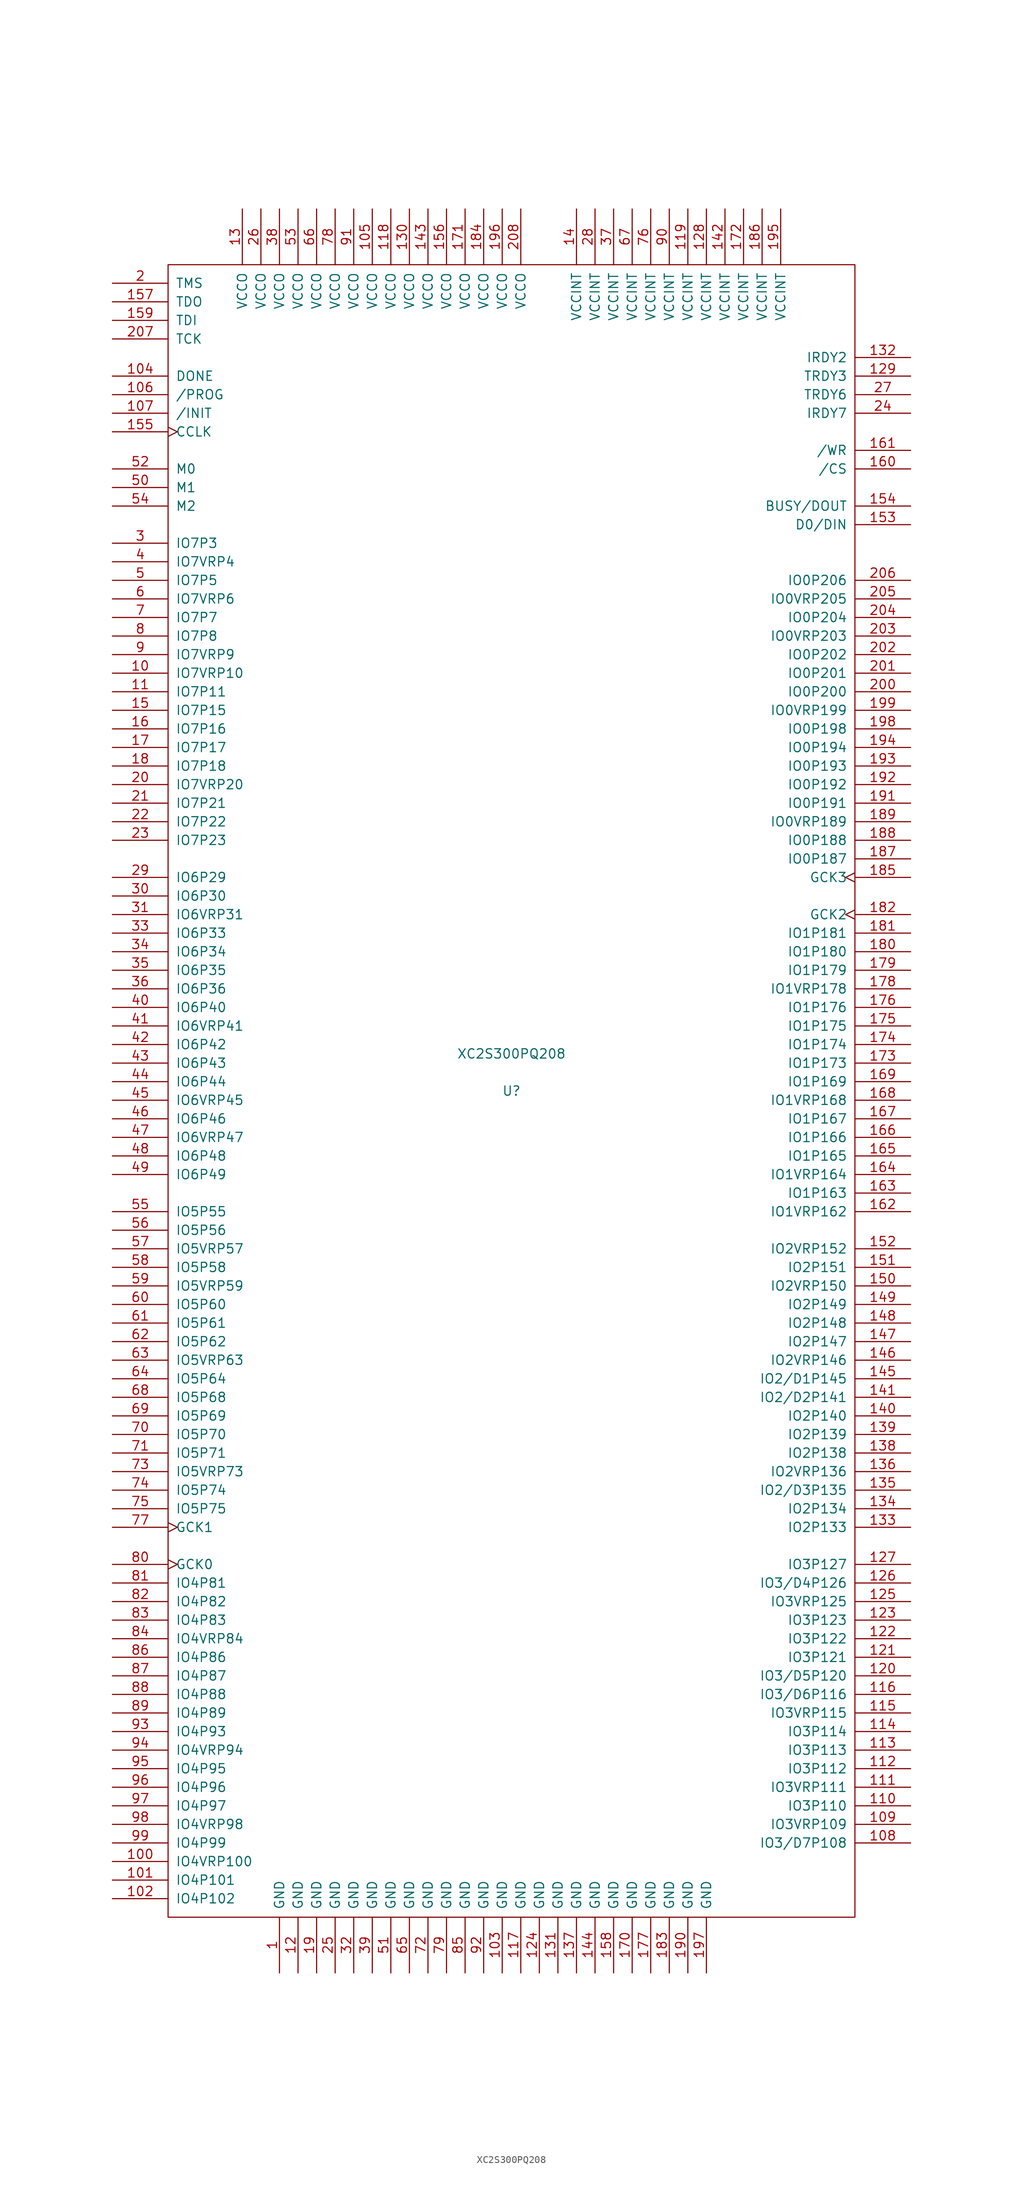
<source format=kicad_sym>
(kicad_symbol_lib
  (version 20211014)
  (generator kicad_symbol_editor)
  (symbol "XC2S300PQ208"
    (pin_names
      (offset 1.016))
    (property "Reference" "U"
      (at 0 0 0)
      (effects (font (size 1.27 1.27))))
    (property "Value" "XC2S300PQ208"
      (at 0 5.08 0)
      (effects (font (size 1.27 1.27))))
    (symbol "XC2S300PQ208_0_1"
      (rectangle (start -46.99 113.03) (end 46.99 -113.03) (stroke (width 0) (type default) (color 0 0 0 0)) (fill (type none))))
    (symbol "XC2S300PQ208_1_1"
      (pin power_in line (at -31.75 -120.65 90) (length 7.62) (name "GND" (effects (font (size 1.27 1.27)))) (number "1" (effects (font (size 1.27 1.27)))))
      (pin bidirectional line (at -54.61 57.15 0) (length 7.62) (name "IO7VRP10" (effects (font (size 1.27 1.27)))) (number "10" (effects (font (size 1.27 1.27)))))
      (pin bidirectional line (at -54.61 -105.41 0) (length 7.62) (name "IO4VRP100" (effects (font (size 1.27 1.27)))) (number "100" (effects (font (size 1.27 1.27)))))
      (pin bidirectional line (at -54.61 -107.95 0) (length 7.62) (name "IO4P101" (effects (font (size 1.27 1.27)))) (number "101" (effects (font (size 1.27 1.27)))))
      (pin bidirectional line (at -54.61 -110.49 0) (length 7.62) (name "IO4P102" (effects (font (size 1.27 1.27)))) (number "102" (effects (font (size 1.27 1.27)))))
      (pin power_in line (at -1.27 -120.65 90) (length 7.62) (name "GND" (effects (font (size 1.27 1.27)))) (number "103" (effects (font (size 1.27 1.27)))))
      (pin bidirectional line (at -54.61 97.79 0) (length 7.62) (name "DONE" (effects (font (size 1.27 1.27)))) (number "104" (effects (font (size 1.27 1.27)))))
      (pin power_in line (at -19.05 120.65 270) (length 7.62) (name "VCCO" (effects (font (size 1.27 1.27)))) (number "105" (effects (font (size 1.27 1.27)))))
      (pin input line (at -54.61 95.25 0) (length 7.62) (name "/PROG" (effects (font (size 1.27 1.27)))) (number "106" (effects (font (size 1.27 1.27)))))
      (pin bidirectional line (at -54.61 92.71 0) (length 7.62) (name "/INIT" (effects (font (size 1.27 1.27)))) (number "107" (effects (font (size 1.27 1.27)))))
      (pin bidirectional line (at 54.61 -102.87 180) (length 7.62) (name "IO3/D7P108" (effects (font (size 1.27 1.27)))) (number "108" (effects (font (size 1.27 1.27)))))
      (pin bidirectional line (at 54.61 -100.33 180) (length 7.62) (name "IO3VRP109" (effects (font (size 1.27 1.27)))) (number "109" (effects (font (size 1.27 1.27)))))
      (pin bidirectional line (at -54.61 54.61 0) (length 7.62) (name "IO7P11" (effects (font (size 1.27 1.27)))) (number "11" (effects (font (size 1.27 1.27)))))
      (pin bidirectional line (at 54.61 -97.79 180) (length 7.62) (name "IO3P110" (effects (font (size 1.27 1.27)))) (number "110" (effects (font (size 1.27 1.27)))))
      (pin bidirectional line (at 54.61 -95.25 180) (length 7.62) (name "IO3VRP111" (effects (font (size 1.27 1.27)))) (number "111" (effects (font (size 1.27 1.27)))))
      (pin bidirectional line (at 54.61 -92.71 180) (length 7.62) (name "IO3P112" (effects (font (size 1.27 1.27)))) (number "112" (effects (font (size 1.27 1.27)))))
      (pin bidirectional line (at 54.61 -90.17 180) (length 7.62) (name "IO3P113" (effects (font (size 1.27 1.27)))) (number "113" (effects (font (size 1.27 1.27)))))
      (pin bidirectional line (at 54.61 -87.63 180) (length 7.62) (name "IO3P114" (effects (font (size 1.27 1.27)))) (number "114" (effects (font (size 1.27 1.27)))))
      (pin bidirectional line (at 54.61 -85.09 180) (length 7.62) (name "IO3VRP115" (effects (font (size 1.27 1.27)))) (number "115" (effects (font (size 1.27 1.27)))))
      (pin bidirectional line (at 54.61 -82.55 180) (length 7.62) (name "IO3/D6P116" (effects (font (size 1.27 1.27)))) (number "116" (effects (font (size 1.27 1.27)))))
      (pin power_in line (at 1.27 -120.65 90) (length 7.62) (name "GND" (effects (font (size 1.27 1.27)))) (number "117" (effects (font (size 1.27 1.27)))))
      (pin power_in line (at -16.51 120.65 270) (length 7.62) (name "VCCO" (effects (font (size 1.27 1.27)))) (number "118" (effects (font (size 1.27 1.27)))))
      (pin power_in line (at 24.13 120.65 270) (length 7.62) (name "VCCINT" (effects (font (size 1.27 1.27)))) (number "119" (effects (font (size 1.27 1.27)))))
      (pin power_in line (at -29.21 -120.65 90) (length 7.62) (name "GND" (effects (font (size 1.27 1.27)))) (number "12" (effects (font (size 1.27 1.27)))))
      (pin bidirectional line (at 54.61 -80.01 180) (length 7.62) (name "IO3/D5P120" (effects (font (size 1.27 1.27)))) (number "120" (effects (font (size 1.27 1.27)))))
      (pin bidirectional line (at 54.61 -77.47 180) (length 7.62) (name "IO3P121" (effects (font (size 1.27 1.27)))) (number "121" (effects (font (size 1.27 1.27)))))
      (pin bidirectional line (at 54.61 -74.93 180) (length 7.62) (name "IO3P122" (effects (font (size 1.27 1.27)))) (number "122" (effects (font (size 1.27 1.27)))))
      (pin bidirectional line (at 54.61 -72.39 180) (length 7.62) (name "IO3P123" (effects (font (size 1.27 1.27)))) (number "123" (effects (font (size 1.27 1.27)))))
      (pin power_in line (at 3.81 -120.65 90) (length 7.62) (name "GND" (effects (font (size 1.27 1.27)))) (number "124" (effects (font (size 1.27 1.27)))))
      (pin bidirectional line (at 54.61 -69.85 180) (length 7.62) (name "IO3VRP125" (effects (font (size 1.27 1.27)))) (number "125" (effects (font (size 1.27 1.27)))))
      (pin bidirectional line (at 54.61 -67.31 180) (length 7.62) (name "IO3/D4P126" (effects (font (size 1.27 1.27)))) (number "126" (effects (font (size 1.27 1.27)))))
      (pin bidirectional line (at 54.61 -64.77 180) (length 7.62) (name "IO3P127" (effects (font (size 1.27 1.27)))) (number "127" (effects (font (size 1.27 1.27)))))
      (pin power_in line (at 26.67 120.65 270) (length 7.62) (name "VCCINT" (effects (font (size 1.27 1.27)))) (number "128" (effects (font (size 1.27 1.27)))))
      (pin bidirectional line (at 54.61 97.79 180) (length 7.62) (name "TRDY3" (effects (font (size 1.27 1.27)))) (number "129" (effects (font (size 1.27 1.27)))))
      (pin power_in line (at -36.83 120.65 270) (length 7.62) (name "VCCO" (effects (font (size 1.27 1.27)))) (number "13" (effects (font (size 1.27 1.27)))))
      (pin power_in line (at -13.97 120.65 270) (length 7.62) (name "VCCO" (effects (font (size 1.27 1.27)))) (number "130" (effects (font (size 1.27 1.27)))))
      (pin power_in line (at 6.35 -120.65 90) (length 7.62) (name "GND" (effects (font (size 1.27 1.27)))) (number "131" (effects (font (size 1.27 1.27)))))
      (pin bidirectional line (at 54.61 100.33 180) (length 7.62) (name "IRDY2" (effects (font (size 1.27 1.27)))) (number "132" (effects (font (size 1.27 1.27)))))
      (pin bidirectional line (at 54.61 -59.69 180) (length 7.62) (name "IO2P133" (effects (font (size 1.27 1.27)))) (number "133" (effects (font (size 1.27 1.27)))))
      (pin bidirectional line (at 54.61 -57.15 180) (length 7.62) (name "IO2P134" (effects (font (size 1.27 1.27)))) (number "134" (effects (font (size 1.27 1.27)))))
      (pin bidirectional line (at 54.61 -54.61 180) (length 7.62) (name "IO2/D3P135" (effects (font (size 1.27 1.27)))) (number "135" (effects (font (size 1.27 1.27)))))
      (pin bidirectional line (at 54.61 -52.07 180) (length 7.62) (name "IO2VRP136" (effects (font (size 1.27 1.27)))) (number "136" (effects (font (size 1.27 1.27)))))
      (pin power_in line (at 8.89 -120.65 90) (length 7.62) (name "GND" (effects (font (size 1.27 1.27)))) (number "137" (effects (font (size 1.27 1.27)))))
      (pin bidirectional line (at 54.61 -49.53 180) (length 7.62) (name "IO2P138" (effects (font (size 1.27 1.27)))) (number "138" (effects (font (size 1.27 1.27)))))
      (pin bidirectional line (at 54.61 -46.99 180) (length 7.62) (name "IO2P139" (effects (font (size 1.27 1.27)))) (number "139" (effects (font (size 1.27 1.27)))))
      (pin power_in line (at 8.89 120.65 270) (length 7.62) (name "VCCINT" (effects (font (size 1.27 1.27)))) (number "14" (effects (font (size 1.27 1.27)))))
      (pin bidirectional line (at 54.61 -44.45 180) (length 7.62) (name "IO2P140" (effects (font (size 1.27 1.27)))) (number "140" (effects (font (size 1.27 1.27)))))
      (pin bidirectional line (at 54.61 -41.91 180) (length 7.62) (name "IO2/D2P141" (effects (font (size 1.27 1.27)))) (number "141" (effects (font (size 1.27 1.27)))))
      (pin power_in line (at 29.21 120.65 270) (length 7.62) (name "VCCINT" (effects (font (size 1.27 1.27)))) (number "142" (effects (font (size 1.27 1.27)))))
      (pin power_in line (at -11.43 120.65 270) (length 7.62) (name "VCCO" (effects (font (size 1.27 1.27)))) (number "143" (effects (font (size 1.27 1.27)))))
      (pin power_in line (at 11.43 -120.65 90) (length 7.62) (name "GND" (effects (font (size 1.27 1.27)))) (number "144" (effects (font (size 1.27 1.27)))))
      (pin bidirectional line (at 54.61 -39.37 180) (length 7.62) (name "IO2/D1P145" (effects (font (size 1.27 1.27)))) (number "145" (effects (font (size 1.27 1.27)))))
      (pin bidirectional line (at 54.61 -36.83 180) (length 7.62) (name "IO2VRP146" (effects (font (size 1.27 1.27)))) (number "146" (effects (font (size 1.27 1.27)))))
      (pin bidirectional line (at 54.61 -34.29 180) (length 7.62) (name "IO2P147" (effects (font (size 1.27 1.27)))) (number "147" (effects (font (size 1.27 1.27)))))
      (pin bidirectional line (at 54.61 -31.75 180) (length 7.62) (name "IO2P148" (effects (font (size 1.27 1.27)))) (number "148" (effects (font (size 1.27 1.27)))))
      (pin bidirectional line (at 54.61 -29.21 180) (length 7.62) (name "IO2P149" (effects (font (size 1.27 1.27)))) (number "149" (effects (font (size 1.27 1.27)))))
      (pin bidirectional line (at -54.61 52.07 0) (length 7.62) (name "IO7P15" (effects (font (size 1.27 1.27)))) (number "15" (effects (font (size 1.27 1.27)))))
      (pin bidirectional line (at 54.61 -26.67 180) (length 7.62) (name "IO2VRP150" (effects (font (size 1.27 1.27)))) (number "150" (effects (font (size 1.27 1.27)))))
      (pin bidirectional line (at 54.61 -24.13 180) (length 7.62) (name "IO2P151" (effects (font (size 1.27 1.27)))) (number "151" (effects (font (size 1.27 1.27)))))
      (pin bidirectional line (at 54.61 -21.59 180) (length 7.62) (name "IO2VRP152" (effects (font (size 1.27 1.27)))) (number "152" (effects (font (size 1.27 1.27)))))
      (pin bidirectional line (at 54.61 77.47 180) (length 7.62) (name "D0/DIN" (effects (font (size 1.27 1.27)))) (number "153" (effects (font (size 1.27 1.27)))))
      (pin bidirectional line (at 54.61 80.01 180) (length 7.62) (name "BUSY/DOUT" (effects (font (size 1.27 1.27)))) (number "154" (effects (font (size 1.27 1.27)))))
      (pin bidirectional clock (at -54.61 90.17 0) (length 7.62) (name "CCLK" (effects (font (size 1.27 1.27)))) (number "155" (effects (font (size 1.27 1.27)))))
      (pin power_in line (at -8.89 120.65 270) (length 7.62) (name "VCCO" (effects (font (size 1.27 1.27)))) (number "156" (effects (font (size 1.27 1.27)))))
      (pin bidirectional line (at -54.61 107.95 0) (length 7.62) (name "TDO" (effects (font (size 1.27 1.27)))) (number "157" (effects (font (size 1.27 1.27)))))
      (pin power_in line (at 13.97 -120.65 90) (length 7.62) (name "GND" (effects (font (size 1.27 1.27)))) (number "158" (effects (font (size 1.27 1.27)))))
      (pin bidirectional line (at -54.61 105.41 0) (length 7.62) (name "TDI" (effects (font (size 1.27 1.27)))) (number "159" (effects (font (size 1.27 1.27)))))
      (pin bidirectional line (at -54.61 49.53 0) (length 7.62) (name "IO7P16" (effects (font (size 1.27 1.27)))) (number "16" (effects (font (size 1.27 1.27)))))
      (pin bidirectional line (at 54.61 85.09 180) (length 7.62) (name "/CS" (effects (font (size 1.27 1.27)))) (number "160" (effects (font (size 1.27 1.27)))))
      (pin bidirectional line (at 54.61 87.63 180) (length 7.62) (name "/WR" (effects (font (size 1.27 1.27)))) (number "161" (effects (font (size 1.27 1.27)))))
      (pin bidirectional line (at 54.61 -16.51 180) (length 7.62) (name "IO1VRP162" (effects (font (size 1.27 1.27)))) (number "162" (effects (font (size 1.27 1.27)))))
      (pin bidirectional line (at 54.61 -13.97 180) (length 7.62) (name "IO1P163" (effects (font (size 1.27 1.27)))) (number "163" (effects (font (size 1.27 1.27)))))
      (pin bidirectional line (at 54.61 -11.43 180) (length 7.62) (name "IO1VRP164" (effects (font (size 1.27 1.27)))) (number "164" (effects (font (size 1.27 1.27)))))
      (pin bidirectional line (at 54.61 -8.89 180) (length 7.62) (name "IO1P165" (effects (font (size 1.27 1.27)))) (number "165" (effects (font (size 1.27 1.27)))))
      (pin bidirectional line (at 54.61 -6.35 180) (length 7.62) (name "IO1P166" (effects (font (size 1.27 1.27)))) (number "166" (effects (font (size 1.27 1.27)))))
      (pin bidirectional line (at 54.61 -3.81 180) (length 7.62) (name "IO1P167" (effects (font (size 1.27 1.27)))) (number "167" (effects (font (size 1.27 1.27)))))
      (pin bidirectional line (at 54.61 -1.27 180) (length 7.62) (name "IO1VRP168" (effects (font (size 1.27 1.27)))) (number "168" (effects (font (size 1.27 1.27)))))
      (pin bidirectional line (at 54.61 1.27 180) (length 7.62) (name "IO1P169" (effects (font (size 1.27 1.27)))) (number "169" (effects (font (size 1.27 1.27)))))
      (pin bidirectional line (at -54.61 46.99 0) (length 7.62) (name "IO7P17" (effects (font (size 1.27 1.27)))) (number "17" (effects (font (size 1.27 1.27)))))
      (pin power_in line (at 16.51 -120.65 90) (length 7.62) (name "GND" (effects (font (size 1.27 1.27)))) (number "170" (effects (font (size 1.27 1.27)))))
      (pin passive line (at -6.35 120.65 270) (length 7.62) (name "VCCO" (effects (font (size 1.27 1.27)))) (number "171" (effects (font (size 1.27 1.27)))))
      (pin power_in line (at 31.75 120.65 270) (length 7.62) (name "VCCINT" (effects (font (size 1.27 1.27)))) (number "172" (effects (font (size 1.27 1.27)))))
      (pin bidirectional line (at 54.61 3.81 180) (length 7.62) (name "IO1P173" (effects (font (size 1.27 1.27)))) (number "173" (effects (font (size 1.27 1.27)))))
      (pin bidirectional line (at 54.61 6.35 180) (length 7.62) (name "IO1P174" (effects (font (size 1.27 1.27)))) (number "174" (effects (font (size 1.27 1.27)))))
      (pin bidirectional line (at 54.61 8.89 180) (length 7.62) (name "IO1P175" (effects (font (size 1.27 1.27)))) (number "175" (effects (font (size 1.27 1.27)))))
      (pin bidirectional line (at 54.61 11.43 180) (length 7.62) (name "IO1P176" (effects (font (size 1.27 1.27)))) (number "176" (effects (font (size 1.27 1.27)))))
      (pin power_in line (at 19.05 -120.65 90) (length 7.62) (name "GND" (effects (font (size 1.27 1.27)))) (number "177" (effects (font (size 1.27 1.27)))))
      (pin bidirectional line (at 54.61 13.97 180) (length 7.62) (name "IO1VRP178" (effects (font (size 1.27 1.27)))) (number "178" (effects (font (size 1.27 1.27)))))
      (pin bidirectional line (at 54.61 16.51 180) (length 7.62) (name "IO1P179" (effects (font (size 1.27 1.27)))) (number "179" (effects (font (size 1.27 1.27)))))
      (pin bidirectional line (at -54.61 44.45 0) (length 7.62) (name "IO7P18" (effects (font (size 1.27 1.27)))) (number "18" (effects (font (size 1.27 1.27)))))
      (pin bidirectional line (at 54.61 19.05 180) (length 7.62) (name "IO1P180" (effects (font (size 1.27 1.27)))) (number "180" (effects (font (size 1.27 1.27)))))
      (pin bidirectional line (at 54.61 21.59 180) (length 7.62) (name "IO1P181" (effects (font (size 1.27 1.27)))) (number "181" (effects (font (size 1.27 1.27)))))
      (pin input clock (at 54.61 24.13 180) (length 7.62) (name "GCK2" (effects (font (size 1.27 1.27)))) (number "182" (effects (font (size 1.27 1.27)))))
      (pin power_in line (at 21.59 -120.65 90) (length 7.62) (name "GND" (effects (font (size 1.27 1.27)))) (number "183" (effects (font (size 1.27 1.27)))))
      (pin power_in line (at -3.81 120.65 270) (length 7.62) (name "VCCO" (effects (font (size 1.27 1.27)))) (number "184" (effects (font (size 1.27 1.27)))))
      (pin input clock (at 54.61 29.21 180) (length 7.62) (name "GCK3" (effects (font (size 1.27 1.27)))) (number "185" (effects (font (size 1.27 1.27)))))
      (pin power_in line (at 34.29 120.65 270) (length 7.62) (name "VCCINT" (effects (font (size 1.27 1.27)))) (number "186" (effects (font (size 1.27 1.27)))))
      (pin bidirectional line (at 54.61 31.75 180) (length 7.62) (name "IO0P187" (effects (font (size 1.27 1.27)))) (number "187" (effects (font (size 1.27 1.27)))))
      (pin bidirectional line (at 54.61 34.29 180) (length 7.62) (name "IO0P188" (effects (font (size 1.27 1.27)))) (number "188" (effects (font (size 1.27 1.27)))))
      (pin bidirectional line (at 54.61 36.83 180) (length 7.62) (name "IO0VRP189" (effects (font (size 1.27 1.27)))) (number "189" (effects (font (size 1.27 1.27)))))
      (pin power_in line (at -26.67 -120.65 90) (length 7.62) (name "GND" (effects (font (size 1.27 1.27)))) (number "19" (effects (font (size 1.27 1.27)))))
      (pin power_in line (at 24.13 -120.65 90) (length 7.62) (name "GND" (effects (font (size 1.27 1.27)))) (number "190" (effects (font (size 1.27 1.27)))))
      (pin bidirectional line (at 54.61 39.37 180) (length 7.62) (name "IO0P191" (effects (font (size 1.27 1.27)))) (number "191" (effects (font (size 1.27 1.27)))))
      (pin bidirectional line (at 54.61 41.91 180) (length 7.62) (name "IO0P192" (effects (font (size 1.27 1.27)))) (number "192" (effects (font (size 1.27 1.27)))))
      (pin bidirectional line (at 54.61 44.45 180) (length 7.62) (name "IO0P193" (effects (font (size 1.27 1.27)))) (number "193" (effects (font (size 1.27 1.27)))))
      (pin bidirectional line (at 54.61 46.99 180) (length 7.62) (name "IO0P194" (effects (font (size 1.27 1.27)))) (number "194" (effects (font (size 1.27 1.27)))))
      (pin power_in line (at 36.83 120.65 270) (length 7.62) (name "VCCINT" (effects (font (size 1.27 1.27)))) (number "195" (effects (font (size 1.27 1.27)))))
      (pin power_in line (at -1.27 120.65 270) (length 7.62) (name "VCCO" (effects (font (size 1.27 1.27)))) (number "196" (effects (font (size 1.27 1.27)))))
      (pin power_in line (at 26.67 -120.65 90) (length 7.62) (name "GND" (effects (font (size 1.27 1.27)))) (number "197" (effects (font (size 1.27 1.27)))))
      (pin bidirectional line (at 54.61 49.53 180) (length 7.62) (name "IO0P198" (effects (font (size 1.27 1.27)))) (number "198" (effects (font (size 1.27 1.27)))))
      (pin bidirectional line (at 54.61 52.07 180) (length 7.62) (name "IO0VRP199" (effects (font (size 1.27 1.27)))) (number "199" (effects (font (size 1.27 1.27)))))
      (pin bidirectional line (at -54.61 110.49 0) (length 7.62) (name "TMS" (effects (font (size 1.27 1.27)))) (number "2" (effects (font (size 1.27 1.27)))))
      (pin bidirectional line (at -54.61 41.91 0) (length 7.62) (name "IO7VRP20" (effects (font (size 1.27 1.27)))) (number "20" (effects (font (size 1.27 1.27)))))
      (pin bidirectional line (at 54.61 54.61 180) (length 7.62) (name "IO0P200" (effects (font (size 1.27 1.27)))) (number "200" (effects (font (size 1.27 1.27)))))
      (pin bidirectional line (at 54.61 57.15 180) (length 7.62) (name "IO0P201" (effects (font (size 1.27 1.27)))) (number "201" (effects (font (size 1.27 1.27)))))
      (pin bidirectional line (at 54.61 59.69 180) (length 7.62) (name "IO0P202" (effects (font (size 1.27 1.27)))) (number "202" (effects (font (size 1.27 1.27)))))
      (pin bidirectional line (at 54.61 62.23 180) (length 7.62) (name "IO0VRP203" (effects (font (size 1.27 1.27)))) (number "203" (effects (font (size 1.27 1.27)))))
      (pin bidirectional line (at 54.61 64.77 180) (length 7.62) (name "IO0P204" (effects (font (size 1.27 1.27)))) (number "204" (effects (font (size 1.27 1.27)))))
      (pin bidirectional line (at 54.61 67.31 180) (length 7.62) (name "IO0VRP205" (effects (font (size 1.27 1.27)))) (number "205" (effects (font (size 1.27 1.27)))))
      (pin bidirectional line (at 54.61 69.85 180) (length 7.62) (name "IO0P206" (effects (font (size 1.27 1.27)))) (number "206" (effects (font (size 1.27 1.27)))))
      (pin bidirectional line (at -54.61 102.87 0) (length 7.62) (name "TCK" (effects (font (size 1.27 1.27)))) (number "207" (effects (font (size 1.27 1.27)))))
      (pin power_in line (at 1.27 120.65 270) (length 7.62) (name "VCCO" (effects (font (size 1.27 1.27)))) (number "208" (effects (font (size 1.27 1.27)))))
      (pin bidirectional line (at -54.61 39.37 0) (length 7.62) (name "IO7P21" (effects (font (size 1.27 1.27)))) (number "21" (effects (font (size 1.27 1.27)))))
      (pin bidirectional line (at -54.61 36.83 0) (length 7.62) (name "IO7P22" (effects (font (size 1.27 1.27)))) (number "22" (effects (font (size 1.27 1.27)))))
      (pin bidirectional line (at -54.61 34.29 0) (length 7.62) (name "IO7P23" (effects (font (size 1.27 1.27)))) (number "23" (effects (font (size 1.27 1.27)))))
      (pin bidirectional line (at 54.61 92.71 180) (length 7.62) (name "IRDY7" (effects (font (size 1.27 1.27)))) (number "24" (effects (font (size 1.27 1.27)))))
      (pin power_in line (at -24.13 -120.65 90) (length 7.62) (name "GND" (effects (font (size 1.27 1.27)))) (number "25" (effects (font (size 1.27 1.27)))))
      (pin power_in line (at -34.29 120.65 270) (length 7.62) (name "VCCO" (effects (font (size 1.27 1.27)))) (number "26" (effects (font (size 1.27 1.27)))))
      (pin bidirectional line (at 54.61 95.25 180) (length 7.62) (name "TRDY6" (effects (font (size 1.27 1.27)))) (number "27" (effects (font (size 1.27 1.27)))))
      (pin power_in line (at 11.43 120.65 270) (length 7.62) (name "VCCINT" (effects (font (size 1.27 1.27)))) (number "28" (effects (font (size 1.27 1.27)))))
      (pin bidirectional line (at -54.61 29.21 0) (length 7.62) (name "IO6P29" (effects (font (size 1.27 1.27)))) (number "29" (effects (font (size 1.27 1.27)))))
      (pin bidirectional line (at -54.61 74.93 0) (length 7.62) (name "IO7P3" (effects (font (size 1.27 1.27)))) (number "3" (effects (font (size 1.27 1.27)))))
      (pin bidirectional line (at -54.61 26.67 0) (length 7.62) (name "IO6P30" (effects (font (size 1.27 1.27)))) (number "30" (effects (font (size 1.27 1.27)))))
      (pin bidirectional line (at -54.61 24.13 0) (length 7.62) (name "IO6VRP31" (effects (font (size 1.27 1.27)))) (number "31" (effects (font (size 1.27 1.27)))))
      (pin power_in line (at -21.59 -120.65 90) (length 7.62) (name "GND" (effects (font (size 1.27 1.27)))) (number "32" (effects (font (size 1.27 1.27)))))
      (pin bidirectional line (at -54.61 21.59 0) (length 7.62) (name "IO6P33" (effects (font (size 1.27 1.27)))) (number "33" (effects (font (size 1.27 1.27)))))
      (pin bidirectional line (at -54.61 19.05 0) (length 7.62) (name "IO6P34" (effects (font (size 1.27 1.27)))) (number "34" (effects (font (size 1.27 1.27)))))
      (pin bidirectional line (at -54.61 16.51 0) (length 7.62) (name "IO6P35" (effects (font (size 1.27 1.27)))) (number "35" (effects (font (size 1.27 1.27)))))
      (pin bidirectional line (at -54.61 13.97 0) (length 7.62) (name "IO6P36" (effects (font (size 1.27 1.27)))) (number "36" (effects (font (size 1.27 1.27)))))
      (pin power_in line (at 13.97 120.65 270) (length 7.62) (name "VCCINT" (effects (font (size 1.27 1.27)))) (number "37" (effects (font (size 1.27 1.27)))))
      (pin power_in line (at -31.75 120.65 270) (length 7.62) (name "VCCO" (effects (font (size 1.27 1.27)))) (number "38" (effects (font (size 1.27 1.27)))))
      (pin power_in line (at -19.05 -120.65 90) (length 7.62) (name "GND" (effects (font (size 1.27 1.27)))) (number "39" (effects (font (size 1.27 1.27)))))
      (pin bidirectional line (at -54.61 72.39 0) (length 7.62) (name "IO7VRP4" (effects (font (size 1.27 1.27)))) (number "4" (effects (font (size 1.27 1.27)))))
      (pin bidirectional line (at -54.61 11.43 0) (length 7.62) (name "IO6P40" (effects (font (size 1.27 1.27)))) (number "40" (effects (font (size 1.27 1.27)))))
      (pin bidirectional line (at -54.61 8.89 0) (length 7.62) (name "IO6VRP41" (effects (font (size 1.27 1.27)))) (number "41" (effects (font (size 1.27 1.27)))))
      (pin bidirectional line (at -54.61 6.35 0) (length 7.62) (name "IO6P42" (effects (font (size 1.27 1.27)))) (number "42" (effects (font (size 1.27 1.27)))))
      (pin bidirectional line (at -54.61 3.81 0) (length 7.62) (name "IO6P43" (effects (font (size 1.27 1.27)))) (number "43" (effects (font (size 1.27 1.27)))))
      (pin bidirectional line (at -54.61 1.27 0) (length 7.62) (name "IO6P44" (effects (font (size 1.27 1.27)))) (number "44" (effects (font (size 1.27 1.27)))))
      (pin bidirectional line (at -54.61 -1.27 0) (length 7.62) (name "IO6VRP45" (effects (font (size 1.27 1.27)))) (number "45" (effects (font (size 1.27 1.27)))))
      (pin bidirectional line (at -54.61 -3.81 0) (length 7.62) (name "IO6P46" (effects (font (size 1.27 1.27)))) (number "46" (effects (font (size 1.27 1.27)))))
      (pin bidirectional line (at -54.61 -6.35 0) (length 7.62) (name "IO6VRP47" (effects (font (size 1.27 1.27)))) (number "47" (effects (font (size 1.27 1.27)))))
      (pin bidirectional line (at -54.61 -8.89 0) (length 7.62) (name "IO6P48" (effects (font (size 1.27 1.27)))) (number "48" (effects (font (size 1.27 1.27)))))
      (pin bidirectional line (at -54.61 -11.43 0) (length 7.62) (name "IO6P49" (effects (font (size 1.27 1.27)))) (number "49" (effects (font (size 1.27 1.27)))))
      (pin bidirectional line (at -54.61 69.85 0) (length 7.62) (name "IO7P5" (effects (font (size 1.27 1.27)))) (number "5" (effects (font (size 1.27 1.27)))))
      (pin input line (at -54.61 82.55 0) (length 7.62) (name "M1" (effects (font (size 1.27 1.27)))) (number "50" (effects (font (size 1.27 1.27)))))
      (pin power_in line (at -16.51 -120.65 90) (length 7.62) (name "GND" (effects (font (size 1.27 1.27)))) (number "51" (effects (font (size 1.27 1.27)))))
      (pin input line (at -54.61 85.09 0) (length 7.62) (name "M0" (effects (font (size 1.27 1.27)))) (number "52" (effects (font (size 1.27 1.27)))))
      (pin power_in line (at -29.21 120.65 270) (length 7.62) (name "VCCO" (effects (font (size 1.27 1.27)))) (number "53" (effects (font (size 1.27 1.27)))))
      (pin input line (at -54.61 80.01 0) (length 7.62) (name "M2" (effects (font (size 1.27 1.27)))) (number "54" (effects (font (size 1.27 1.27)))))
      (pin bidirectional line (at -54.61 -16.51 0) (length 7.62) (name "IO5P55" (effects (font (size 1.27 1.27)))) (number "55" (effects (font (size 1.27 1.27)))))
      (pin bidirectional line (at -54.61 -19.05 0) (length 7.62) (name "IO5P56" (effects (font (size 1.27 1.27)))) (number "56" (effects (font (size 1.27 1.27)))))
      (pin bidirectional line (at -54.61 -21.59 0) (length 7.62) (name "IO5VRP57" (effects (font (size 1.27 1.27)))) (number "57" (effects (font (size 1.27 1.27)))))
      (pin bidirectional line (at -54.61 -24.13 0) (length 7.62) (name "IO5P58" (effects (font (size 1.27 1.27)))) (number "58" (effects (font (size 1.27 1.27)))))
      (pin bidirectional line (at -54.61 -26.67 0) (length 7.62) (name "IO5VRP59" (effects (font (size 1.27 1.27)))) (number "59" (effects (font (size 1.27 1.27)))))
      (pin bidirectional line (at -54.61 67.31 0) (length 7.62) (name "IO7VRP6" (effects (font (size 1.27 1.27)))) (number "6" (effects (font (size 1.27 1.27)))))
      (pin bidirectional line (at -54.61 -29.21 0) (length 7.62) (name "IO5P60" (effects (font (size 1.27 1.27)))) (number "60" (effects (font (size 1.27 1.27)))))
      (pin bidirectional line (at -54.61 -31.75 0) (length 7.62) (name "IO5P61" (effects (font (size 1.27 1.27)))) (number "61" (effects (font (size 1.27 1.27)))))
      (pin bidirectional line (at -54.61 -34.29 0) (length 7.62) (name "IO5P62" (effects (font (size 1.27 1.27)))) (number "62" (effects (font (size 1.27 1.27)))))
      (pin bidirectional line (at -54.61 -36.83 0) (length 7.62) (name "IO5VRP63" (effects (font (size 1.27 1.27)))) (number "63" (effects (font (size 1.27 1.27)))))
      (pin bidirectional line (at -54.61 -39.37 0) (length 7.62) (name "IO5P64" (effects (font (size 1.27 1.27)))) (number "64" (effects (font (size 1.27 1.27)))))
      (pin power_in line (at -13.97 -120.65 90) (length 7.62) (name "GND" (effects (font (size 1.27 1.27)))) (number "65" (effects (font (size 1.27 1.27)))))
      (pin power_in line (at -26.67 120.65 270) (length 7.62) (name "VCCO" (effects (font (size 1.27 1.27)))) (number "66" (effects (font (size 1.27 1.27)))))
      (pin power_in line (at 16.51 120.65 270) (length 7.62) (name "VCCINT" (effects (font (size 1.27 1.27)))) (number "67" (effects (font (size 1.27 1.27)))))
      (pin bidirectional line (at -54.61 -41.91 0) (length 7.62) (name "IO5P68" (effects (font (size 1.27 1.27)))) (number "68" (effects (font (size 1.27 1.27)))))
      (pin bidirectional line (at -54.61 -44.45 0) (length 7.62) (name "IO5P69" (effects (font (size 1.27 1.27)))) (number "69" (effects (font (size 1.27 1.27)))))
      (pin bidirectional line (at -54.61 64.77 0) (length 7.62) (name "IO7P7" (effects (font (size 1.27 1.27)))) (number "7" (effects (font (size 1.27 1.27)))))
      (pin bidirectional line (at -54.61 -46.99 0) (length 7.62) (name "IO5P70" (effects (font (size 1.27 1.27)))) (number "70" (effects (font (size 1.27 1.27)))))
      (pin bidirectional line (at -54.61 -49.53 0) (length 7.62) (name "IO5P71" (effects (font (size 1.27 1.27)))) (number "71" (effects (font (size 1.27 1.27)))))
      (pin power_in line (at -11.43 -120.65 90) (length 7.62) (name "GND" (effects (font (size 1.27 1.27)))) (number "72" (effects (font (size 1.27 1.27)))))
      (pin bidirectional line (at -54.61 -52.07 0) (length 7.62) (name "IO5VRP73" (effects (font (size 1.27 1.27)))) (number "73" (effects (font (size 1.27 1.27)))))
      (pin bidirectional line (at -54.61 -54.61 0) (length 7.62) (name "IO5P74" (effects (font (size 1.27 1.27)))) (number "74" (effects (font (size 1.27 1.27)))))
      (pin bidirectional line (at -54.61 -57.15 0) (length 7.62) (name "IO5P75" (effects (font (size 1.27 1.27)))) (number "75" (effects (font (size 1.27 1.27)))))
      (pin power_in line (at 19.05 120.65 270) (length 7.62) (name "VCCINT" (effects (font (size 1.27 1.27)))) (number "76" (effects (font (size 1.27 1.27)))))
      (pin input clock (at -54.61 -59.69 0) (length 7.62) (name "GCK1" (effects (font (size 1.27 1.27)))) (number "77" (effects (font (size 1.27 1.27)))))
      (pin power_in line (at -24.13 120.65 270) (length 7.62) (name "VCCO" (effects (font (size 1.27 1.27)))) (number "78" (effects (font (size 1.27 1.27)))))
      (pin power_in line (at -8.89 -120.65 90) (length 7.62) (name "GND" (effects (font (size 1.27 1.27)))) (number "79" (effects (font (size 1.27 1.27)))))
      (pin bidirectional line (at -54.61 62.23 0) (length 7.62) (name "IO7P8" (effects (font (size 1.27 1.27)))) (number "8" (effects (font (size 1.27 1.27)))))
      (pin input clock (at -54.61 -64.77 0) (length 7.62) (name "GCK0" (effects (font (size 1.27 1.27)))) (number "80" (effects (font (size 1.27 1.27)))))
      (pin bidirectional line (at -54.61 -67.31 0) (length 7.62) (name "IO4P81" (effects (font (size 1.27 1.27)))) (number "81" (effects (font (size 1.27 1.27)))))
      (pin bidirectional line (at -54.61 -69.85 0) (length 7.62) (name "IO4P82" (effects (font (size 1.27 1.27)))) (number "82" (effects (font (size 1.27 1.27)))))
      (pin bidirectional line (at -54.61 -72.39 0) (length 7.62) (name "IO4P83" (effects (font (size 1.27 1.27)))) (number "83" (effects (font (size 1.27 1.27)))))
      (pin bidirectional line (at -54.61 -74.93 0) (length 7.62) (name "IO4VRP84" (effects (font (size 1.27 1.27)))) (number "84" (effects (font (size 1.27 1.27)))))
      (pin power_in line (at -6.35 -120.65 90) (length 7.62) (name "GND" (effects (font (size 1.27 1.27)))) (number "85" (effects (font (size 1.27 1.27)))))
      (pin bidirectional line (at -54.61 -77.47 0) (length 7.62) (name "IO4P86" (effects (font (size 1.27 1.27)))) (number "86" (effects (font (size 1.27 1.27)))))
      (pin bidirectional line (at -54.61 -80.01 0) (length 7.62) (name "IO4P87" (effects (font (size 1.27 1.27)))) (number "87" (effects (font (size 1.27 1.27)))))
      (pin bidirectional line (at -54.61 -82.55 0) (length 7.62) (name "IO4P88" (effects (font (size 1.27 1.27)))) (number "88" (effects (font (size 1.27 1.27)))))
      (pin bidirectional line (at -54.61 -85.09 0) (length 7.62) (name "IO4P89" (effects (font (size 1.27 1.27)))) (number "89" (effects (font (size 1.27 1.27)))))
      (pin bidirectional line (at -54.61 59.69 0) (length 7.62) (name "IO7VRP9" (effects (font (size 1.27 1.27)))) (number "9" (effects (font (size 1.27 1.27)))))
      (pin power_in line (at 21.59 120.65 270) (length 7.62) (name "VCCINT" (effects (font (size 1.27 1.27)))) (number "90" (effects (font (size 1.27 1.27)))))
      (pin power_in line (at -21.59 120.65 270) (length 7.62) (name "VCCO" (effects (font (size 1.27 1.27)))) (number "91" (effects (font (size 1.27 1.27)))))
      (pin power_in line (at -3.81 -120.65 90) (length 7.62) (name "GND" (effects (font (size 1.27 1.27)))) (number "92" (effects (font (size 1.27 1.27)))))
      (pin bidirectional line (at -54.61 -87.63 0) (length 7.62) (name "IO4P93" (effects (font (size 1.27 1.27)))) (number "93" (effects (font (size 1.27 1.27)))))
      (pin bidirectional line (at -54.61 -90.17 0) (length 7.62) (name "IO4VRP94" (effects (font (size 1.27 1.27)))) (number "94" (effects (font (size 1.27 1.27)))))
      (pin bidirectional line (at -54.61 -92.71 0) (length 7.62) (name "IO4P95" (effects (font (size 1.27 1.27)))) (number "95" (effects (font (size 1.27 1.27)))))
      (pin bidirectional line (at -54.61 -95.25 0) (length 7.62) (name "IO4P96" (effects (font (size 1.27 1.27)))) (number "96" (effects (font (size 1.27 1.27)))))
      (pin bidirectional line (at -54.61 -97.79 0) (length 7.62) (name "IO4P97" (effects (font (size 1.27 1.27)))) (number "97" (effects (font (size 1.27 1.27)))))
      (pin bidirectional line (at -54.61 -100.33 0) (length 7.62) (name "IO4VRP98" (effects (font (size 1.27 1.27)))) (number "98" (effects (font (size 1.27 1.27)))))
      (pin bidirectional line (at -54.61 -102.87 0) (length 7.62) (name "IO4P99" (effects (font (size 1.27 1.27)))) (number "99" (effects (font (size 1.27 1.27))))))))
</source>
